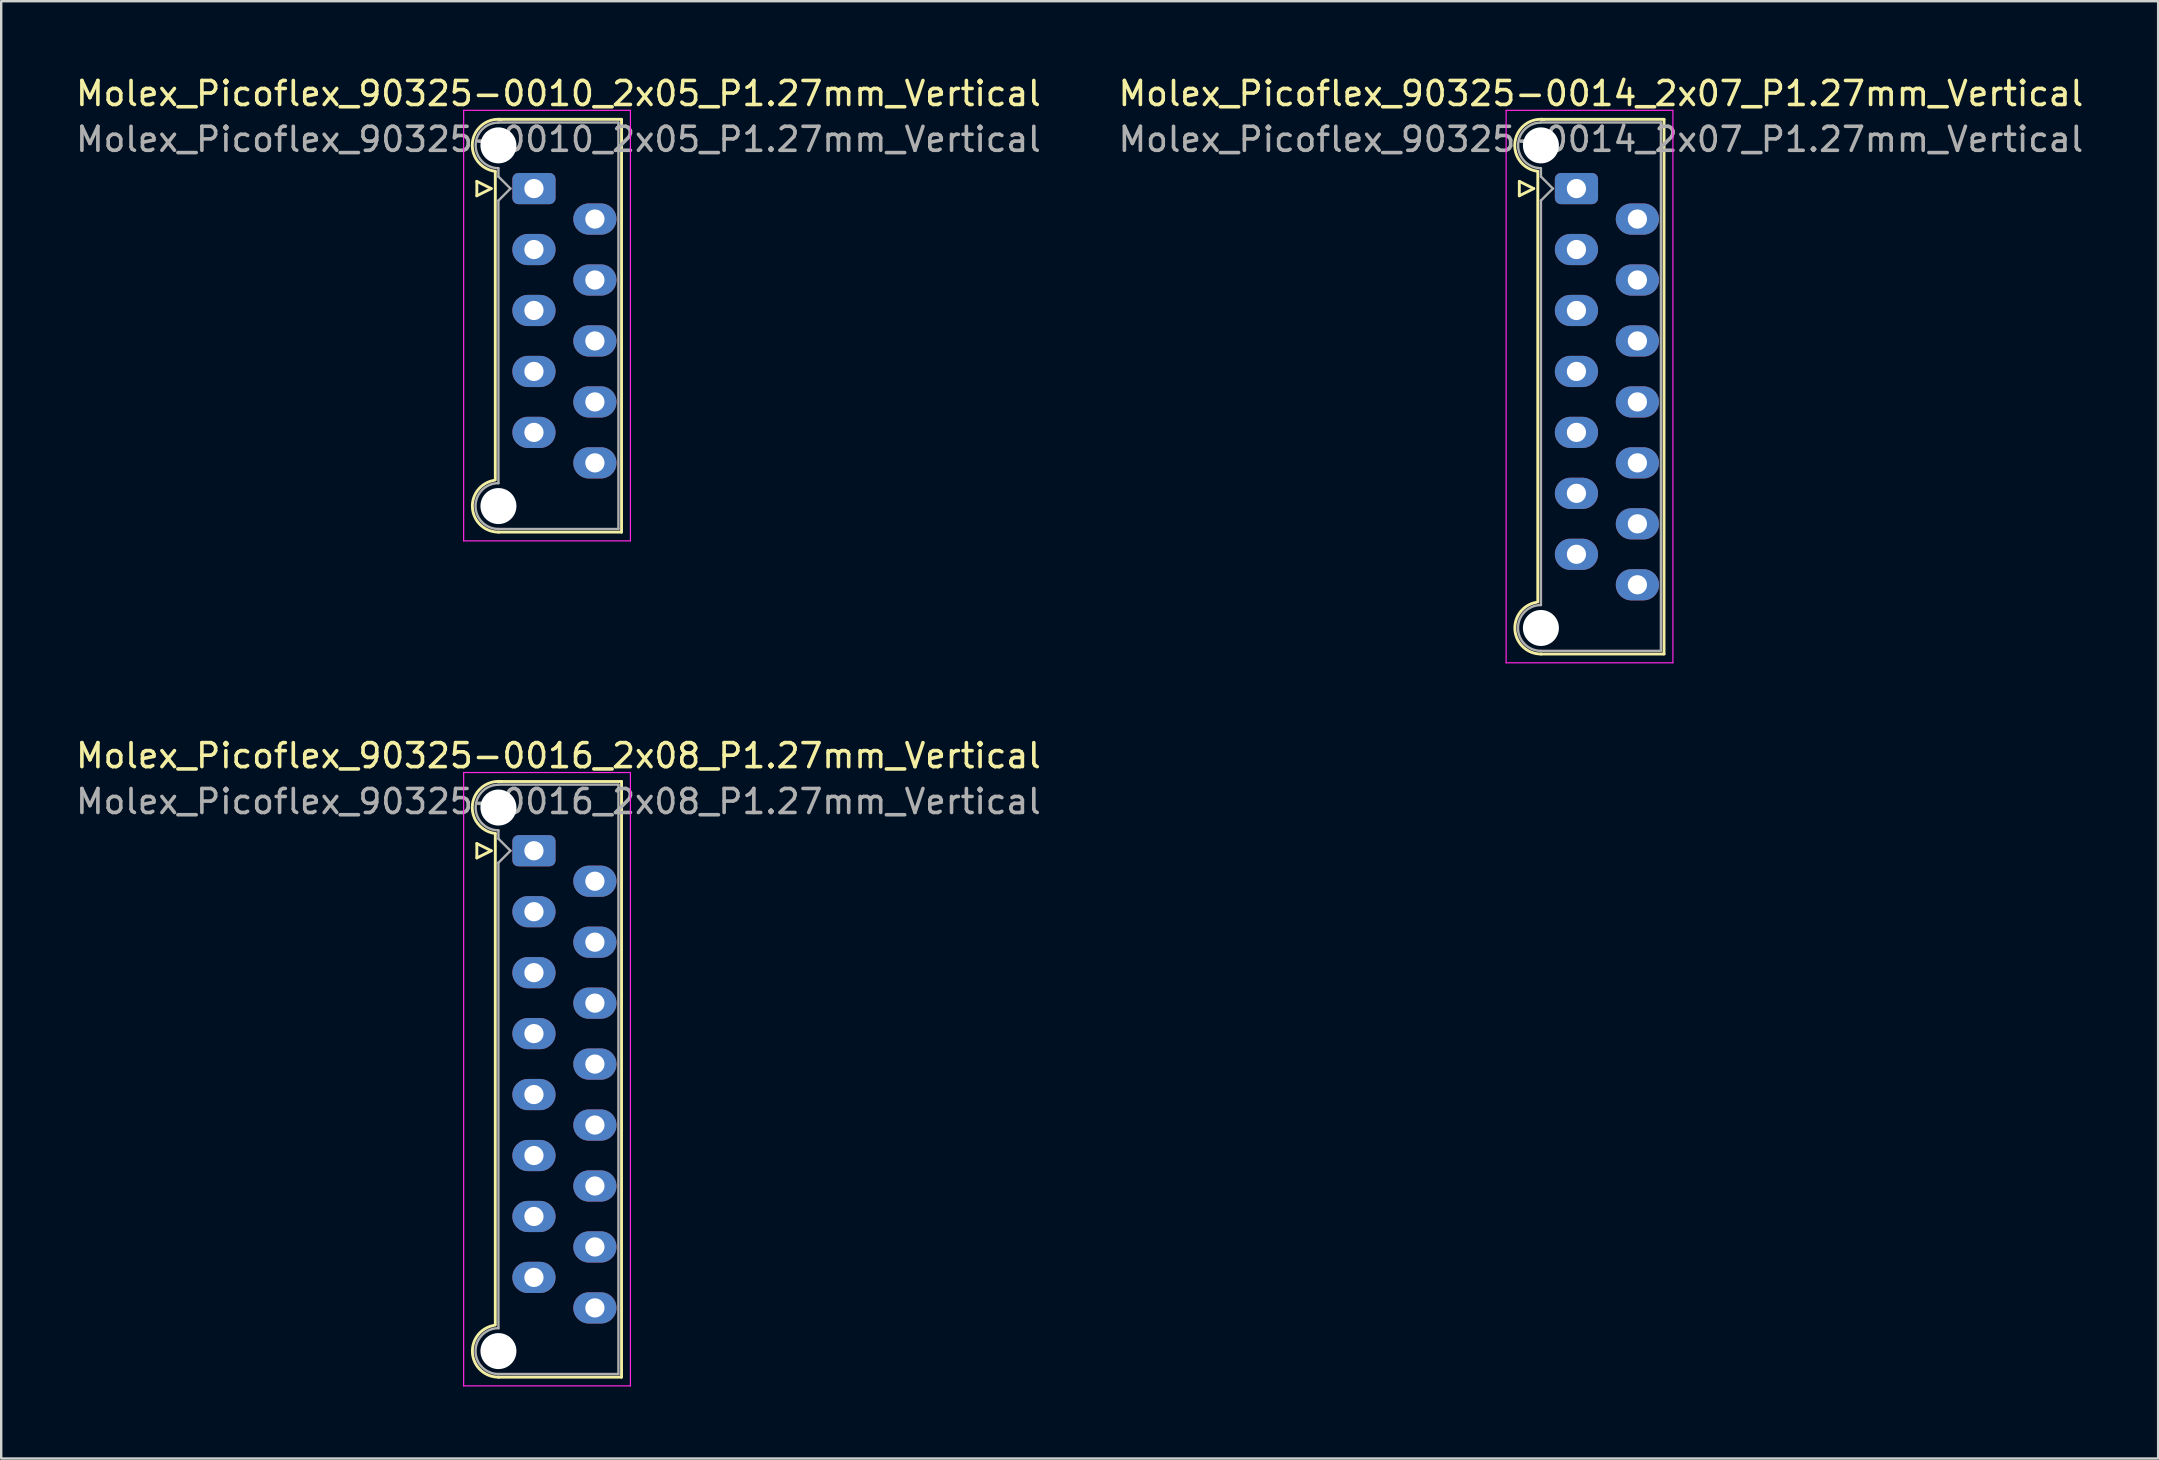
<source format=kicad_pcb>
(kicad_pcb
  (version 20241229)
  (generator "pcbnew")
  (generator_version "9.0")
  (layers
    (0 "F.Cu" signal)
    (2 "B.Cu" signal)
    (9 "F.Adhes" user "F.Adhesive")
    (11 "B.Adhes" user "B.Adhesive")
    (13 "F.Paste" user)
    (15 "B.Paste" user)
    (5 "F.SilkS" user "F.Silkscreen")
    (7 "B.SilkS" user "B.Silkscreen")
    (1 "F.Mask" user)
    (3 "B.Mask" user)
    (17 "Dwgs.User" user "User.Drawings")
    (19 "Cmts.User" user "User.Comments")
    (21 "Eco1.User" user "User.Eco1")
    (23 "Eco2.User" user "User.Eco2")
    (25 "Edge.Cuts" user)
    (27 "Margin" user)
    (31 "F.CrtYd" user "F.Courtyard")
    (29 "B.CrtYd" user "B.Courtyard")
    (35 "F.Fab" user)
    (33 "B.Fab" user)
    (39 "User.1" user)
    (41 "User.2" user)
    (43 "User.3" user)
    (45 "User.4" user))
  (footprint "Molex_Picoflex_90325-0016_2x08_P1.27mm_Vertical"
    (layer "F.Cu")
    (at 19.2 32.401)
    (property "Reference" "Molex_Picoflex_90325-0016_2x08_P1.27mm_Vertical" (at 1.02 -3.96 0) (layer "F.SilkS") (effects (font (size 1 1) (thickness 0.15))))
    (attr through_hole)
    (fp_line (start -2.38 -0.3) (end -2.38 0.3) (stroke (width 0.12) (type solid)) (layer "F.SilkS"))
    (fp_line (start -2.38 0.3) (end -1.78 0) (stroke (width 0.12) (type solid)) (layer "F.SilkS"))
    (fp_line (start -1.78 0) (end -2.38 -0.3) (stroke (width 0.12) (type solid)) (layer "F.SilkS"))
    (fp_line (start -1.61 -0.715) (end -1.61 19.765) (stroke (width 0.12) (type solid)) (layer "F.SilkS"))
    (fp_line (start -1.48 -2.885) (end 3.65 -2.885) (stroke (width 0.12) (type solid)) (layer "F.SilkS"))
    (fp_line (start 3.65 -2.885) (end 3.65 21.935) (stroke (width 0.12) (type solid)) (layer "F.SilkS"))
    (fp_line (start 3.65 21.935) (end -1.48 21.935) (stroke (width 0.12) (type solid)) (layer "F.SilkS"))
    (fp_arc (start -1.61 -0.72) (mid -2.56 -1.93) (end -1.35 -2.88) (stroke (width 0.12) (type solid)) (layer "F.SilkS"))
    (fp_arc (start -1.47 21.935) (mid -2.56 20.954526) (end -1.678256 19.78322) (stroke (width 0.12) (type solid)) (layer "F.SilkS"))
    (fp_line (start -2.93 -3.26) (end -2.93 22.3) (stroke (width 0.05) (type solid)) (layer "F.CrtYd"))
    (fp_line (start -2.93 22.3) (end 4.02 22.3) (stroke (width 0.05) (type solid)) (layer "F.CrtYd"))
    (fp_line (start 4.02 -3.26) (end -2.93 -3.26) (stroke (width 0.05) (type solid)) (layer "F.CrtYd"))
    (fp_line (start 4.02 22.3) (end 4.02 -3.26) (stroke (width 0.05) (type solid)) (layer "F.CrtYd"))
    (fp_line (start -1.48 -2.755) (end 3.52 -2.755) (stroke (width 0.1) (type solid)) (layer "F.Fab"))
    (fp_line (start -1.48 -0.845) (end -1.48 -0.5) (stroke (width 0.1) (type solid)) (layer "F.Fab"))
    (fp_line (start -1.48 -0.5) (end -0.98 0) (stroke (width 0.1) (type solid)) (layer "F.Fab"))
    (fp_line (start -1.48 0.5) (end -1.48 19.895) (stroke (width 0.1) (type solid)) (layer "F.Fab"))
    (fp_line (start -0.98 0) (end -1.48 0.5) (stroke (width 0.1) (type solid)) (layer "F.Fab"))
    (fp_line (start 3.52 -2.755) (end 3.52 21.805) (stroke (width 0.1) (type solid)) (layer "F.Fab"))
    (fp_line (start 3.52 21.805) (end -1.48 21.805) (stroke (width 0.1) (type solid)) (layer "F.Fab"))
    (fp_arc (start -1.48 -0.85) (mid -2.43 -1.8) (end -1.48 -2.75) (stroke (width 0.1) (type solid)) (layer "F.Fab"))
    (fp_arc (start -1.48 21.805) (mid -2.435 20.85) (end -1.48 19.895) (stroke (width 0.1) (type solid)) (layer "F.Fab"))
    (fp_text user "${REFERENCE}" (at 1.02 -2.05 0) (layer "F.Fab") (effects (font (size 1 1) (thickness 0.15))))
    (pad "" np_thru_hole circle (at -1.48 -1.8) (size 1.5 1.5) (drill 1.5) (layers "*.Cu" "*.Mask"))
    (pad "" np_thru_hole circle (at -1.48 20.85) (size 1.5 1.5) (drill 1.5) (layers "*.Cu" "*.Mask"))
    (pad "1" thru_hole roundrect (at 0 0) (size 1.8 1.3) (drill 0.8) (layers "*.Cu" "*.Mask") (roundrect_rratio 0.192))
    (pad "2" thru_hole oval (at 2.54 1.27) (size 1.8 1.3) (drill 0.8) (layers "*.Cu" "*.Mask"))
    (pad "3" thru_hole oval (at 0 2.54) (size 1.8 1.3) (drill 0.8) (layers "*.Cu" "*.Mask"))
    (pad "4" thru_hole oval (at 2.54 3.81) (size 1.8 1.3) (drill 0.8) (layers "*.Cu" "*.Mask"))
    (pad "5" thru_hole oval (at 0 5.08) (size 1.8 1.3) (drill 0.8) (layers "*.Cu" "*.Mask"))
    (pad "6" thru_hole oval (at 2.54 6.35) (size 1.8 1.3) (drill 0.8) (layers "*.Cu" "*.Mask"))
    (pad "7" thru_hole oval (at 0 7.62) (size 1.8 1.3) (drill 0.8) (layers "*.Cu" "*.Mask"))
    (pad "8" thru_hole oval (at 2.54 8.89) (size 1.8 1.3) (drill 0.8) (layers "*.Cu" "*.Mask"))
    (pad "9" thru_hole oval (at 0 10.16) (size 1.8 1.3) (drill 0.8) (layers "*.Cu" "*.Mask"))
    (pad "10" thru_hole oval (at 2.54 11.43) (size 1.8 1.3) (drill 0.8) (layers "*.Cu" "*.Mask"))
    (pad "11" thru_hole oval (at 0 12.7) (size 1.8 1.3) (drill 0.8) (layers "*.Cu" "*.Mask"))
    (pad "12" thru_hole oval (at 2.54 13.97) (size 1.8 1.3) (drill 0.8) (layers "*.Cu" "*.Mask"))
    (pad "13" thru_hole oval (at 0 15.24) (size 1.8 1.3) (drill 0.8) (layers "*.Cu" "*.Mask"))
    (pad "14" thru_hole oval (at 2.54 16.51) (size 1.8 1.3) (drill 0.8) (layers "*.Cu" "*.Mask"))
    (pad "15" thru_hole oval (at 0 17.78) (size 1.8 1.3) (drill 0.8) (layers "*.Cu" "*.Mask"))
    (pad "16" thru_hole oval (at 2.54 19.05) (size 1.8 1.3) (drill 0.8) (layers "*.Cu" "*.Mask")))
  (footprint "Molex_Picoflex_90325-0010_2x05_P1.27mm_Vertical"
    (layer "F.Cu")
    (at 19.2 4.808)
    (property "Reference" "Molex_Picoflex_90325-0010_2x05_P1.27mm_Vertical" (at 1.02 -3.96 0) (layer "F.SilkS") (effects (font (size 1 1) (thickness 0.15))))
    (attr through_hole)
    (fp_line (start -2.38 -0.3) (end -2.38 0.3) (stroke (width 0.12) (type solid)) (layer "F.SilkS"))
    (fp_line (start -2.38 0.3) (end -1.78 0) (stroke (width 0.12) (type solid)) (layer "F.SilkS"))
    (fp_line (start -1.78 0) (end -2.38 -0.3) (stroke (width 0.12) (type solid)) (layer "F.SilkS"))
    (fp_line (start -1.61 -0.715) (end -1.61 12.145) (stroke (width 0.12) (type solid)) (layer "F.SilkS"))
    (fp_line (start -1.48 -2.885) (end 3.65 -2.885) (stroke (width 0.12) (type solid)) (layer "F.SilkS"))
    (fp_line (start 3.65 -2.885) (end 3.65 14.315) (stroke (width 0.12) (type solid)) (layer "F.SilkS"))
    (fp_line (start 3.65 14.315) (end -1.48 14.315) (stroke (width 0.12) (type solid)) (layer "F.SilkS"))
    (fp_arc (start -1.61 -0.72) (mid -2.56 -1.93) (end -1.35 -2.88) (stroke (width 0.12) (type solid)) (layer "F.SilkS"))
    (fp_arc (start -1.47 14.315) (mid -2.56 13.334526) (end -1.678256 12.16322) (stroke (width 0.12) (type solid)) (layer "F.SilkS"))
    (fp_line (start -2.93 -3.26) (end -2.93 14.68) (stroke (width 0.05) (type solid)) (layer "F.CrtYd"))
    (fp_line (start -2.93 14.68) (end 4.02 14.68) (stroke (width 0.05) (type solid)) (layer "F.CrtYd"))
    (fp_line (start 4.02 -3.26) (end -2.93 -3.26) (stroke (width 0.05) (type solid)) (layer "F.CrtYd"))
    (fp_line (start 4.02 14.68) (end 4.02 -3.26) (stroke (width 0.05) (type solid)) (layer "F.CrtYd"))
    (fp_line (start -1.48 -2.755) (end 3.52 -2.755) (stroke (width 0.1) (type solid)) (layer "F.Fab"))
    (fp_line (start -1.48 -0.845) (end -1.48 -0.5) (stroke (width 0.1) (type solid)) (layer "F.Fab"))
    (fp_line (start -1.48 -0.5) (end -0.98 0) (stroke (width 0.1) (type solid)) (layer "F.Fab"))
    (fp_line (start -1.48 0.5) (end -1.48 12.275) (stroke (width 0.1) (type solid)) (layer "F.Fab"))
    (fp_line (start -0.98 0) (end -1.48 0.5) (stroke (width 0.1) (type solid)) (layer "F.Fab"))
    (fp_line (start 3.52 -2.755) (end 3.52 14.185) (stroke (width 0.1) (type solid)) (layer "F.Fab"))
    (fp_line (start 3.52 14.185) (end -1.48 14.185) (stroke (width 0.1) (type solid)) (layer "F.Fab"))
    (fp_arc (start -1.48 -0.85) (mid -2.43 -1.8) (end -1.48 -2.75) (stroke (width 0.1) (type solid)) (layer "F.Fab"))
    (fp_arc (start -1.48 14.185) (mid -2.435 13.23) (end -1.48 12.275) (stroke (width 0.1) (type solid)) (layer "F.Fab"))
    (fp_text user "${REFERENCE}" (at 1.02 -2.05 0) (layer "F.Fab") (effects (font (size 1 1) (thickness 0.15))))
    (pad "" np_thru_hole circle (at -1.48 -1.8) (size 1.5 1.5) (drill 1.5) (layers "*.Cu" "*.Mask"))
    (pad "" np_thru_hole circle (at -1.48 13.23) (size 1.5 1.5) (drill 1.5) (layers "*.Cu" "*.Mask"))
    (pad "1" thru_hole roundrect (at 0 0) (size 1.8 1.3) (drill 0.8) (layers "*.Cu" "*.Mask") (roundrect_rratio 0.192))
    (pad "2" thru_hole oval (at 2.54 1.27) (size 1.8 1.3) (drill 0.8) (layers "*.Cu" "*.Mask"))
    (pad "3" thru_hole oval (at 0 2.54) (size 1.8 1.3) (drill 0.8) (layers "*.Cu" "*.Mask"))
    (pad "4" thru_hole oval (at 2.54 3.81) (size 1.8 1.3) (drill 0.8) (layers "*.Cu" "*.Mask"))
    (pad "5" thru_hole oval (at 0 5.08) (size 1.8 1.3) (drill 0.8) (layers "*.Cu" "*.Mask"))
    (pad "6" thru_hole oval (at 2.54 6.35) (size 1.8 1.3) (drill 0.8) (layers "*.Cu" "*.Mask"))
    (pad "7" thru_hole oval (at 0 7.62) (size 1.8 1.3) (drill 0.8) (layers "*.Cu" "*.Mask"))
    (pad "8" thru_hole oval (at 2.54 8.89) (size 1.8 1.3) (drill 0.8) (layers "*.Cu" "*.Mask"))
    (pad "9" thru_hole oval (at 0 10.16) (size 1.8 1.3) (drill 0.8) (layers "*.Cu" "*.Mask"))
    (pad "10" thru_hole oval (at 2.54 11.43) (size 1.8 1.3) (drill 0.8) (layers "*.Cu" "*.Mask")))
  (footprint "Molex_Picoflex_90325-0014_2x07_P1.27mm_Vertical"
    (layer "F.Cu")
    (at 62.641 4.808)
    (property "Reference" "Molex_Picoflex_90325-0014_2x07_P1.27mm_Vertical" (at 1.02 -3.96 0) (layer "F.SilkS") (effects (font (size 1 1) (thickness 0.15))))
    (attr through_hole)
    (fp_line (start -2.38 -0.3) (end -2.38 0.3) (stroke (width 0.12) (type solid)) (layer "F.SilkS"))
    (fp_line (start -2.38 0.3) (end -1.78 0) (stroke (width 0.12) (type solid)) (layer "F.SilkS"))
    (fp_line (start -1.78 0) (end -2.38 -0.3) (stroke (width 0.12) (type solid)) (layer "F.SilkS"))
    (fp_line (start -1.61 -0.715) (end -1.61 17.225) (stroke (width 0.12) (type solid)) (layer "F.SilkS"))
    (fp_line (start -1.48 -2.885) (end 3.65 -2.885) (stroke (width 0.12) (type solid)) (layer "F.SilkS"))
    (fp_line (start 3.65 -2.885) (end 3.65 19.395) (stroke (width 0.12) (type solid)) (layer "F.SilkS"))
    (fp_line (start 3.65 19.395) (end -1.48 19.395) (stroke (width 0.12) (type solid)) (layer "F.SilkS"))
    (fp_arc (start -1.61 -0.72) (mid -2.56 -1.93) (end -1.35 -2.88) (stroke (width 0.12) (type solid)) (layer "F.SilkS"))
    (fp_arc (start -1.47 19.395) (mid -2.56 18.414526) (end -1.678256 17.24322) (stroke (width 0.12) (type solid)) (layer "F.SilkS"))
    (fp_line (start -2.93 -3.26) (end -2.93 19.76) (stroke (width 0.05) (type solid)) (layer "F.CrtYd"))
    (fp_line (start -2.93 19.76) (end 4.02 19.76) (stroke (width 0.05) (type solid)) (layer "F.CrtYd"))
    (fp_line (start 4.02 -3.26) (end -2.93 -3.26) (stroke (width 0.05) (type solid)) (layer "F.CrtYd"))
    (fp_line (start 4.02 19.76) (end 4.02 -3.26) (stroke (width 0.05) (type solid)) (layer "F.CrtYd"))
    (fp_line (start -1.48 -2.755) (end 3.52 -2.755) (stroke (width 0.1) (type solid)) (layer "F.Fab"))
    (fp_line (start -1.48 -0.845) (end -1.48 -0.5) (stroke (width 0.1) (type solid)) (layer "F.Fab"))
    (fp_line (start -1.48 -0.5) (end -0.98 0) (stroke (width 0.1) (type solid)) (layer "F.Fab"))
    (fp_line (start -1.48 0.5) (end -1.48 17.355) (stroke (width 0.1) (type solid)) (layer "F.Fab"))
    (fp_line (start -0.98 0) (end -1.48 0.5) (stroke (width 0.1) (type solid)) (layer "F.Fab"))
    (fp_line (start 3.52 -2.755) (end 3.52 19.265) (stroke (width 0.1) (type solid)) (layer "F.Fab"))
    (fp_line (start 3.52 19.265) (end -1.48 19.265) (stroke (width 0.1) (type solid)) (layer "F.Fab"))
    (fp_arc (start -1.48 -0.85) (mid -2.43 -1.8) (end -1.48 -2.75) (stroke (width 0.1) (type solid)) (layer "F.Fab"))
    (fp_arc (start -1.48 19.265) (mid -2.435 18.31) (end -1.48 17.355) (stroke (width 0.1) (type solid)) (layer "F.Fab"))
    (fp_text user "${REFERENCE}" (at 1.02 -2.05 0) (layer "F.Fab") (effects (font (size 1 1) (thickness 0.15))))
    (pad "" np_thru_hole circle (at -1.48 -1.8) (size 1.5 1.5) (drill 1.5) (layers "*.Cu" "*.Mask"))
    (pad "" np_thru_hole circle (at -1.48 18.31) (size 1.5 1.5) (drill 1.5) (layers "*.Cu" "*.Mask"))
    (pad "1" thru_hole roundrect (at 0 0) (size 1.8 1.3) (drill 0.8) (layers "*.Cu" "*.Mask") (roundrect_rratio 0.192))
    (pad "2" thru_hole oval (at 2.54 1.27) (size 1.8 1.3) (drill 0.8) (layers "*.Cu" "*.Mask"))
    (pad "3" thru_hole oval (at 0 2.54) (size 1.8 1.3) (drill 0.8) (layers "*.Cu" "*.Mask"))
    (pad "4" thru_hole oval (at 2.54 3.81) (size 1.8 1.3) (drill 0.8) (layers "*.Cu" "*.Mask"))
    (pad "5" thru_hole oval (at 0 5.08) (size 1.8 1.3) (drill 0.8) (layers "*.Cu" "*.Mask"))
    (pad "6" thru_hole oval (at 2.54 6.35) (size 1.8 1.3) (drill 0.8) (layers "*.Cu" "*.Mask"))
    (pad "7" thru_hole oval (at 0 7.62) (size 1.8 1.3) (drill 0.8) (layers "*.Cu" "*.Mask"))
    (pad "8" thru_hole oval (at 2.54 8.89) (size 1.8 1.3) (drill 0.8) (layers "*.Cu" "*.Mask"))
    (pad "9" thru_hole oval (at 0 10.16) (size 1.8 1.3) (drill 0.8) (layers "*.Cu" "*.Mask"))
    (pad "10" thru_hole oval (at 2.54 11.43) (size 1.8 1.3) (drill 0.8) (layers "*.Cu" "*.Mask"))
    (pad "11" thru_hole oval (at 0 12.7) (size 1.8 1.3) (drill 0.8) (layers "*.Cu" "*.Mask"))
    (pad "12" thru_hole oval (at 2.54 13.97) (size 1.8 1.3) (drill 0.8) (layers "*.Cu" "*.Mask"))
    (pad "13" thru_hole oval (at 0 15.24) (size 1.8 1.3) (drill 0.8) (layers "*.Cu" "*.Mask"))
    (pad "14" thru_hole oval (at 2.54 16.51) (size 1.8 1.3) (drill 0.8) (layers "*.Cu" "*.Mask")))
  (gr_rect
    (start -3 -3)
    (end 86.881 57.727)
    (stroke (width 0.1) (type default))
    (fill no)
    (layer "Edge.Cuts")))
</source>
